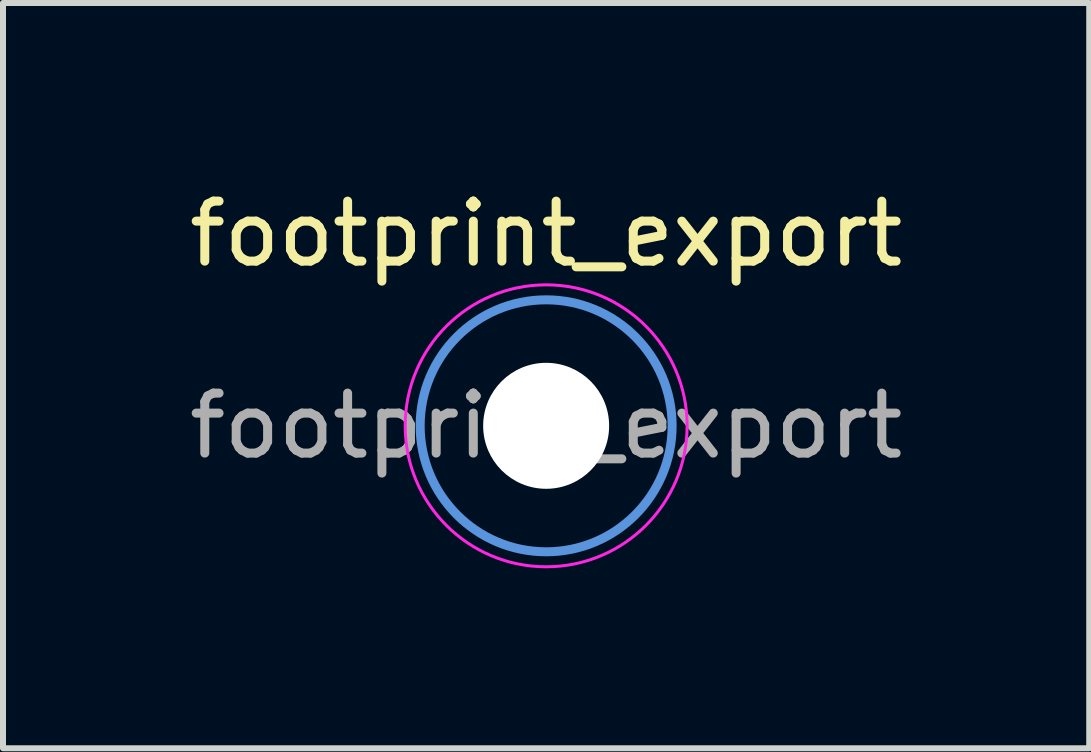
<source format=kicad_pcb>
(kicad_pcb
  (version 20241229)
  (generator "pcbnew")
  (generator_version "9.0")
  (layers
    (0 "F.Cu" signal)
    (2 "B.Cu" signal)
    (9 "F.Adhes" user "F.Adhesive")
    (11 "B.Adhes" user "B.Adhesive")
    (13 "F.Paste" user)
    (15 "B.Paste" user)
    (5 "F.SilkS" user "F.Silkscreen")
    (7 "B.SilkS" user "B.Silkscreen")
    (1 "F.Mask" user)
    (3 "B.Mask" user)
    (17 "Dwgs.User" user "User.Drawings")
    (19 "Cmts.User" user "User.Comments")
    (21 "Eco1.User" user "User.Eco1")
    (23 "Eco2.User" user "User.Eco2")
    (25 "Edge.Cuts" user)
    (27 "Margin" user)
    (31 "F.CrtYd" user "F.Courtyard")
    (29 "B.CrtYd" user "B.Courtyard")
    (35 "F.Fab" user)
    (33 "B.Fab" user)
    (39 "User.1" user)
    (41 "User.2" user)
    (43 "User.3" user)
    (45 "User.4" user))
  (footprint "footprint_export"
    (layer "F.Cu")
    (at 6.054 4.048)
    (property "Reference" "footprint_export" (at 0 -3.2 0) (layer "F.SilkS") (effects (font (size 1 1) (thickness 0.15))))
    (attr exclude_from_pos_files exclude_from_bom)
    (fp_circle (center 0 0) (end 2.1 0) (stroke (width 0.15) (type solid)) (fill no) (layer "Cmts.User"))
    (fp_circle (center 0 0) (end 2.35 0) (stroke (width 0.05) (type solid)) (fill no) (layer "F.CrtYd"))
    (fp_text user "${REFERENCE}" (at 0 0 0) (layer "F.Fab") (effects (font (size 1 1) (thickness 0.15))))
    (pad "" np_thru_hole circle (at 0 0) (size 2.1 2.1) (drill 2.1) (layers "*.Cu" "*.Mask")))
  (gr_rect
    (start -3 -3)
    (end 15.107 9.423)
    (stroke (width 0.1) (type default))
    (fill no)
    (layer "Edge.Cuts")))
</source>
